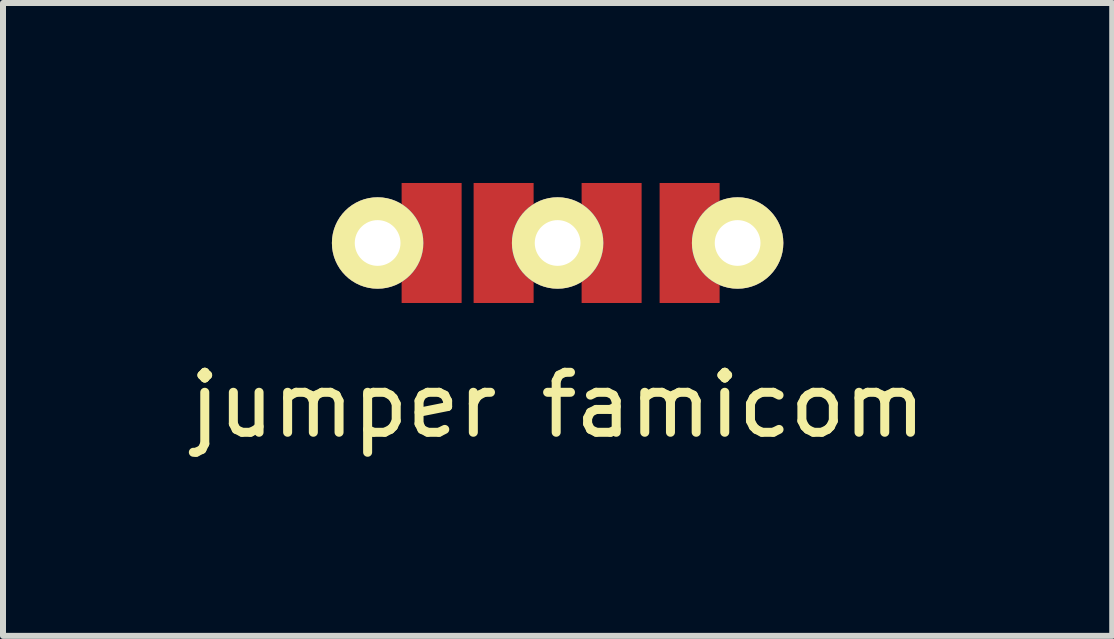
<source format=kicad_pcb>
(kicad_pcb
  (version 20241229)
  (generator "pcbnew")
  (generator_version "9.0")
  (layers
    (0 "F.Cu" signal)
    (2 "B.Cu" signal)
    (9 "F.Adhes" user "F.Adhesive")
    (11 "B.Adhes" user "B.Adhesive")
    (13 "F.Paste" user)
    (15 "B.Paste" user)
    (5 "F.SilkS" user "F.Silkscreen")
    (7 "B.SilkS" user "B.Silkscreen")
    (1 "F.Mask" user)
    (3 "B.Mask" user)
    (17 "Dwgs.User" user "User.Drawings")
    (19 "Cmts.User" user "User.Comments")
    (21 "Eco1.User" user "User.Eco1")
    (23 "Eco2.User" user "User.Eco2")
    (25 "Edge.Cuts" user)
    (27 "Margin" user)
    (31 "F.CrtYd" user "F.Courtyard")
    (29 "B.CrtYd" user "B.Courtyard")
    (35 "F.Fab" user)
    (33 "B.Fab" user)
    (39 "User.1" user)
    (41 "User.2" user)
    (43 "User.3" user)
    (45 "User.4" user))
  (footprint "jumper famicom"
    (layer "F.Cu")
    (at 6.244 3.2)
    (property "Reference" "jumper famicom" (at 0 0.5 0) (layer "F.SilkS") (effects (font (size 1 1) (thickness 0.15))))
    (attr through_hole)
    (pad "1" smd rect (at -2.1 -2.2) (size 1 2) (layers "F.Cu" "F.Mask" "F.Paste"))
    (pad "1" smd rect (at -0.9 -2.2) (size 1 2) (layers "F.Cu" "F.Mask" "F.Paste"))
    (pad "1" thru_hole circle (at 0 -2.2) (size 1.524 1.524) (drill 0.762) (layers "*.Cu" "*.Mask" "F.SilkS"))
    (pad "1" smd rect (at 0.9 -2.2) (size 1 2) (layers "F.Cu" "F.Mask" "F.Paste"))
    (pad "1" smd rect (at 2.2 -2.2) (size 1 2) (layers "F.Cu" "F.Mask" "F.Paste"))
    (pad "2" thru_hole circle (at -3 -2.2) (size 1.524 1.524) (drill 0.762) (layers "*.Cu" "*.Mask" "F.SilkS"))
    (pad "3" thru_hole circle (at 3 -2.2) (size 1.524 1.524) (drill 0.762) (layers "*.Cu" "*.Mask" "F.SilkS")))
  (gr_rect
    (start -3 -3)
    (end 15.488 7.548)
    (stroke (width 0.1) (type default))
    (fill no)
    (layer "Edge.Cuts")))
</source>
